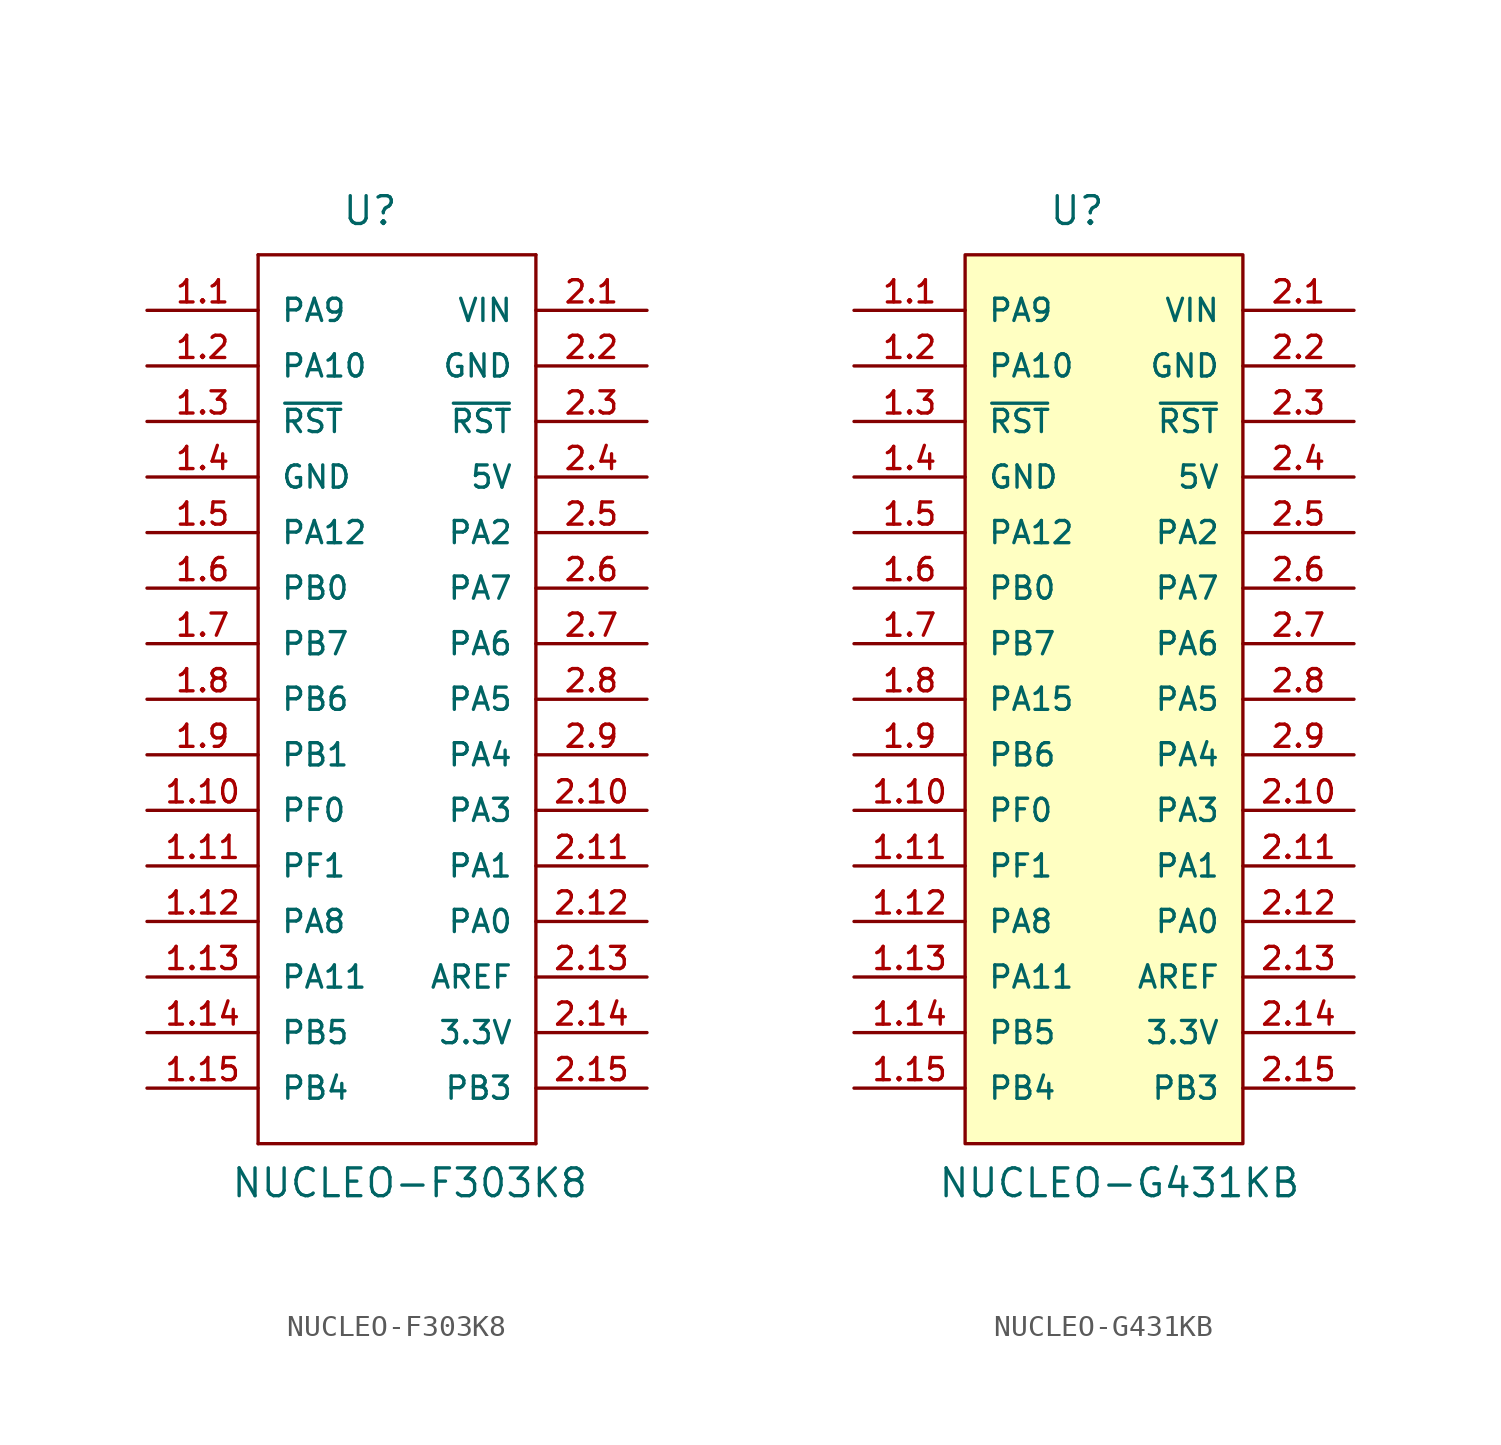
<source format=kicad_sym>
(kicad_symbol_lib
  (version 20220914)
  (generator kicad_symbol_editor)
  (symbol "NUCLEO-F303K8"
    (pin_names
      (offset 1.016))
    (property "Reference" "U"
      (at -2.54 21.59 0)
      (effects (font (size 1.27 1.27)) (justify left bottom)))
    (property "Value" "NUCLEO-F303K8"
      (at -7.62 -22.86 0)
      (effects (font (size 1.27 1.27)) (justify left bottom)))
    (symbol "NUCLEO-F303K8_1_0"
      (polyline (pts (xy -6.35 -20.32) (xy 6.35 -20.32)) (stroke (width 0.152) (type default)) (fill (type none)))
      (polyline (pts (xy -6.35 20.32) (xy -6.35 -20.32)) (stroke (width 0.152) (type default)) (fill (type none)))
      (polyline (pts (xy 6.35 -20.32) (xy 6.35 20.32)) (stroke (width 0.152) (type default)) (fill (type none)))
      (polyline (pts (xy 6.35 20.32) (xy -6.35 20.32)) (stroke (width 0.152) (type default)) (fill (type none)))
      (pin bidirectional line (at -11.43 17.78 0) (length 5.08) (name "PA9" (effects (font (size 1.016 1.016)))) (number "1.1" (effects (font (size 1.016 1.016)))))
      (pin bidirectional line (at -11.43 -5.08 0) (length 5.08) (name "PF0" (effects (font (size 1.016 1.016)))) (number "1.10" (effects (font (size 1.016 1.016)))))
      (pin bidirectional line (at -11.43 -7.62 0) (length 5.08) (name "PF1" (effects (font (size 1.016 1.016)))) (number "1.11" (effects (font (size 1.016 1.016)))))
      (pin bidirectional line (at -11.43 -10.16 0) (length 5.08) (name "PA8" (effects (font (size 1.016 1.016)))) (number "1.12" (effects (font (size 1.016 1.016)))))
      (pin bidirectional line (at -11.43 -12.7 0) (length 5.08) (name "PA11" (effects (font (size 1.016 1.016)))) (number "1.13" (effects (font (size 1.016 1.016)))))
      (pin bidirectional line (at -11.43 -15.24 0) (length 5.08) (name "PB5" (effects (font (size 1.016 1.016)))) (number "1.14" (effects (font (size 1.016 1.016)))))
      (pin bidirectional line (at -11.43 -17.78 0) (length 5.08) (name "PB4" (effects (font (size 1.016 1.016)))) (number "1.15" (effects (font (size 1.016 1.016)))))
      (pin bidirectional line (at -11.43 15.24 0) (length 5.08) (name "PA10" (effects (font (size 1.016 1.016)))) (number "1.2" (effects (font (size 1.016 1.016)))))
      (pin bidirectional line (at -11.43 12.7 0) (length 5.08) (name "~{RST}" (effects (font (size 1.016 1.016)))) (number "1.3" (effects (font (size 1.016 1.016)))))
      (pin passive line (at -11.43 10.16 0) (length 5.08) (name "GND" (effects (font (size 1.016 1.016)))) (number "1.4" (effects (font (size 1.016 1.016)))))
      (pin bidirectional line (at -11.43 7.62 0) (length 5.08) (name "PA12" (effects (font (size 1.016 1.016)))) (number "1.5" (effects (font (size 1.016 1.016)))))
      (pin bidirectional line (at -11.43 5.08 0) (length 5.08) (name "PB0" (effects (font (size 1.016 1.016)))) (number "1.6" (effects (font (size 1.016 1.016)))))
      (pin bidirectional line (at -11.43 2.54 0) (length 5.08) (name "PB7" (effects (font (size 1.016 1.016)))) (number "1.7" (effects (font (size 1.016 1.016)))))
      (pin bidirectional line (at -11.43 0 0) (length 5.08) (name "PB6" (effects (font (size 1.016 1.016)))) (number "1.8" (effects (font (size 1.016 1.016)))))
      (pin bidirectional line (at -11.43 -2.54 0) (length 5.08) (name "PB1" (effects (font (size 1.016 1.016)))) (number "1.9" (effects (font (size 1.016 1.016)))))
      (pin power_in line (at 11.43 17.78 180) (length 5.08) (name "VIN" (effects (font (size 1.016 1.016)))) (number "2.1" (effects (font (size 1.016 1.016)))))
      (pin bidirectional line (at 11.43 -5.08 180) (length 5.08) (name "PA3" (effects (font (size 1.016 1.016)))) (number "2.10" (effects (font (size 1.016 1.016)))))
      (pin bidirectional line (at 11.43 -7.62 180) (length 5.08) (name "PA1" (effects (font (size 1.016 1.016)))) (number "2.11" (effects (font (size 1.016 1.016)))))
      (pin bidirectional line (at 11.43 -10.16 180) (length 5.08) (name "PA0" (effects (font (size 1.016 1.016)))) (number "2.12" (effects (font (size 1.016 1.016)))))
      (pin power_out line (at 11.43 -12.7 180) (length 5.08) (name "AREF" (effects (font (size 1.016 1.016)))) (number "2.13" (effects (font (size 1.016 1.016)))))
      (pin power_out line (at 11.43 -15.24 180) (length 5.08) (name "3.3V" (effects (font (size 1.016 1.016)))) (number "2.14" (effects (font (size 1.016 1.016)))))
      (pin bidirectional line (at 11.43 -17.78 180) (length 5.08) (name "PB3" (effects (font (size 1.016 1.016)))) (number "2.15" (effects (font (size 1.016 1.016)))))
      (pin passive line (at 11.43 15.24 180) (length 5.08) (name "GND" (effects (font (size 1.016 1.016)))) (number "2.2" (effects (font (size 1.016 1.016)))))
      (pin bidirectional line (at 11.43 12.7 180) (length 5.08) (name "~{RST}" (effects (font (size 1.016 1.016)))) (number "2.3" (effects (font (size 1.016 1.016)))))
      (pin power_out line (at 11.43 10.16 180) (length 5.08) (name "5V" (effects (font (size 1.016 1.016)))) (number "2.4" (effects (font (size 1.016 1.016)))))
      (pin bidirectional line (at 11.43 7.62 180) (length 5.08) (name "PA2" (effects (font (size 1.016 1.016)))) (number "2.5" (effects (font (size 1.016 1.016)))))
      (pin bidirectional line (at 11.43 5.08 180) (length 5.08) (name "PA7" (effects (font (size 1.016 1.016)))) (number "2.6" (effects (font (size 1.016 1.016)))))
      (pin bidirectional line (at 11.43 2.54 180) (length 5.08) (name "PA6" (effects (font (size 1.016 1.016)))) (number "2.7" (effects (font (size 1.016 1.016)))))
      (pin bidirectional line (at 11.43 0 180) (length 5.08) (name "PA5" (effects (font (size 1.016 1.016)))) (number "2.8" (effects (font (size 1.016 1.016)))))
      (pin bidirectional line (at 11.43 -2.54 180) (length 5.08) (name "PA4" (effects (font (size 1.016 1.016)))) (number "2.9" (effects (font (size 1.016 1.016)))))))
  (symbol "NUCLEO-G431KB"
    (pin_names
      (offset 1.016))
    (property "Reference" "U"
      (at -2.54 21.59 0)
      (effects (font (size 1.27 1.27)) (justify left bottom)))
    (property "Value" "NUCLEO-G431KB"
      (at -7.62 -22.86 0)
      (effects (font (size 1.27 1.27)) (justify left bottom)))
    (symbol "NUCLEO-G431KB_1_0"
      (pin bidirectional line (at -11.43 17.78 0) (length 5.08) (name "PA9" (effects (font (size 1.016 1.016)))) (number "1.1" (effects (font (size 1.016 1.016)))))
      (pin bidirectional line (at -11.43 -5.08 0) (length 5.08) (name "PF0" (effects (font (size 1.016 1.016)))) (number "1.10" (effects (font (size 1.016 1.016)))))
      (pin bidirectional line (at -11.43 -7.62 0) (length 5.08) (name "PF1" (effects (font (size 1.016 1.016)))) (number "1.11" (effects (font (size 1.016 1.016)))))
      (pin bidirectional line (at -11.43 -10.16 0) (length 5.08) (name "PA8" (effects (font (size 1.016 1.016)))) (number "1.12" (effects (font (size 1.016 1.016)))))
      (pin bidirectional line (at -11.43 -12.7 0) (length 5.08) (name "PA11" (effects (font (size 1.016 1.016)))) (number "1.13" (effects (font (size 1.016 1.016)))))
      (pin bidirectional line (at -11.43 -15.24 0) (length 5.08) (name "PB5" (effects (font (size 1.016 1.016)))) (number "1.14" (effects (font (size 1.016 1.016)))))
      (pin bidirectional line (at -11.43 -17.78 0) (length 5.08) (name "PB4" (effects (font (size 1.016 1.016)))) (number "1.15" (effects (font (size 1.016 1.016)))))
      (pin bidirectional line (at -11.43 15.24 0) (length 5.08) (name "PA10" (effects (font (size 1.016 1.016)))) (number "1.2" (effects (font (size 1.016 1.016)))))
      (pin bidirectional line (at -11.43 12.7 0) (length 5.08) (name "~{RST}" (effects (font (size 1.016 1.016)))) (number "1.3" (effects (font (size 1.016 1.016)))))
      (pin passive line (at -11.43 10.16 0) (length 5.08) (name "GND" (effects (font (size 1.016 1.016)))) (number "1.4" (effects (font (size 1.016 1.016)))))
      (pin bidirectional line (at -11.43 7.62 0) (length 5.08) (name "PA12" (effects (font (size 1.016 1.016)))) (number "1.5" (effects (font (size 1.016 1.016)))))
      (pin bidirectional line (at -11.43 5.08 0) (length 5.08) (name "PB0" (effects (font (size 1.016 1.016)))) (number "1.6" (effects (font (size 1.016 1.016)))))
      (pin bidirectional line (at -11.43 2.54 0) (length 5.08) (name "PB7" (effects (font (size 1.016 1.016)))) (number "1.7" (effects (font (size 1.016 1.016)))))
      (pin bidirectional line (at -11.43 0 0) (length 5.08) (name "PA15" (effects (font (size 1.016 1.016)))) (number "1.8" (effects (font (size 1.016 1.016)))))
      (pin bidirectional line (at -11.43 -2.54 0) (length 5.08) (name "PB6" (effects (font (size 1.016 1.016)))) (number "1.9" (effects (font (size 1.016 1.016)))))
      (pin power_in line (at 11.43 17.78 180) (length 5.08) (name "VIN" (effects (font (size 1.016 1.016)))) (number "2.1" (effects (font (size 1.016 1.016)))))
      (pin bidirectional line (at 11.43 -5.08 180) (length 5.08) (name "PA3" (effects (font (size 1.016 1.016)))) (number "2.10" (effects (font (size 1.016 1.016)))))
      (pin bidirectional line (at 11.43 -7.62 180) (length 5.08) (name "PA1" (effects (font (size 1.016 1.016)))) (number "2.11" (effects (font (size 1.016 1.016)))))
      (pin bidirectional line (at 11.43 -10.16 180) (length 5.08) (name "PA0" (effects (font (size 1.016 1.016)))) (number "2.12" (effects (font (size 1.016 1.016)))))
      (pin power_out line (at 11.43 -12.7 180) (length 5.08) (name "AREF" (effects (font (size 1.016 1.016)))) (number "2.13" (effects (font (size 1.016 1.016)))))
      (pin power_out line (at 11.43 -15.24 180) (length 5.08) (name "3.3V" (effects (font (size 1.016 1.016)))) (number "2.14" (effects (font (size 1.016 1.016)))))
      (pin bidirectional line (at 11.43 -17.78 180) (length 5.08) (name "PB3" (effects (font (size 1.016 1.016)))) (number "2.15" (effects (font (size 1.016 1.016)))))
      (pin passive line (at 11.43 15.24 180) (length 5.08) (name "GND" (effects (font (size 1.016 1.016)))) (number "2.2" (effects (font (size 1.016 1.016)))))
      (pin bidirectional line (at 11.43 12.7 180) (length 5.08) (name "~{RST}" (effects (font (size 1.016 1.016)))) (number "2.3" (effects (font (size 1.016 1.016)))))
      (pin power_out line (at 11.43 10.16 180) (length 5.08) (name "5V" (effects (font (size 1.016 1.016)))) (number "2.4" (effects (font (size 1.016 1.016)))))
      (pin bidirectional line (at 11.43 7.62 180) (length 5.08) (name "PA2" (effects (font (size 1.016 1.016)))) (number "2.5" (effects (font (size 1.016 1.016)))))
      (pin bidirectional line (at 11.43 5.08 180) (length 5.08) (name "PA7" (effects (font (size 1.016 1.016)))) (number "2.6" (effects (font (size 1.016 1.016)))))
      (pin bidirectional line (at 11.43 2.54 180) (length 5.08) (name "PA6" (effects (font (size 1.016 1.016)))) (number "2.7" (effects (font (size 1.016 1.016)))))
      (pin bidirectional line (at 11.43 0 180) (length 5.08) (name "PA5" (effects (font (size 1.016 1.016)))) (number "2.8" (effects (font (size 1.016 1.016)))))
      (pin bidirectional line (at 11.43 -2.54 180) (length 5.08) (name "PA4" (effects (font (size 1.016 1.016)))) (number "2.9" (effects (font (size 1.016 1.016))))))
    (symbol "NUCLEO-G431KB_1_1"
      (rectangle (start -6.35 20.32) (end 6.35 -20.32) (stroke (width 0) (type default)) (fill (type background))))))
</source>
